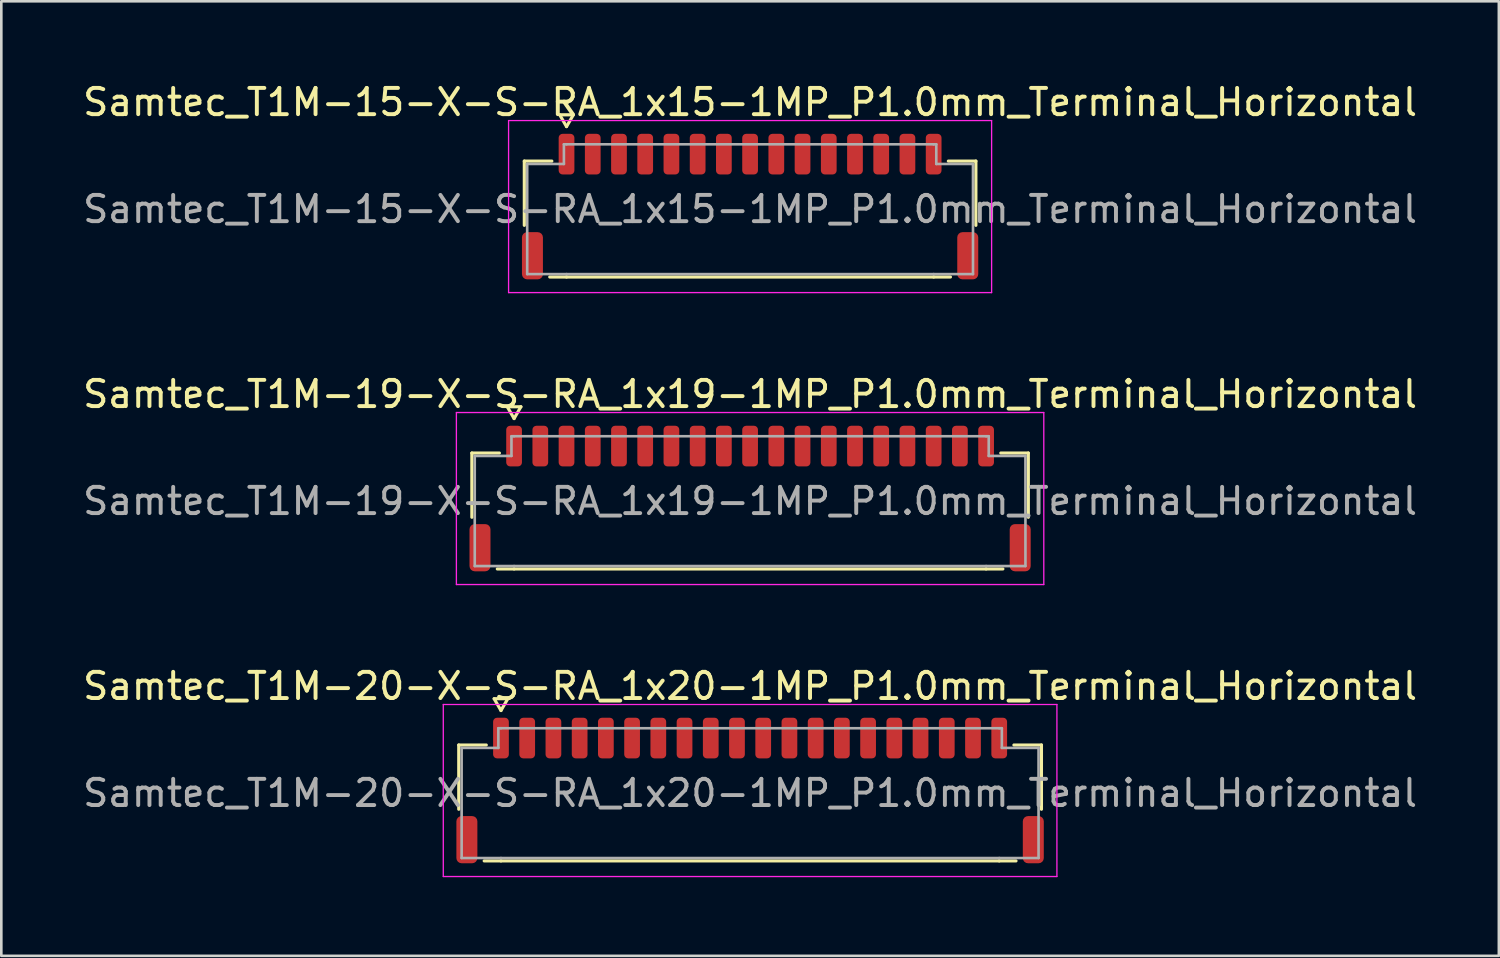
<source format=kicad_pcb>
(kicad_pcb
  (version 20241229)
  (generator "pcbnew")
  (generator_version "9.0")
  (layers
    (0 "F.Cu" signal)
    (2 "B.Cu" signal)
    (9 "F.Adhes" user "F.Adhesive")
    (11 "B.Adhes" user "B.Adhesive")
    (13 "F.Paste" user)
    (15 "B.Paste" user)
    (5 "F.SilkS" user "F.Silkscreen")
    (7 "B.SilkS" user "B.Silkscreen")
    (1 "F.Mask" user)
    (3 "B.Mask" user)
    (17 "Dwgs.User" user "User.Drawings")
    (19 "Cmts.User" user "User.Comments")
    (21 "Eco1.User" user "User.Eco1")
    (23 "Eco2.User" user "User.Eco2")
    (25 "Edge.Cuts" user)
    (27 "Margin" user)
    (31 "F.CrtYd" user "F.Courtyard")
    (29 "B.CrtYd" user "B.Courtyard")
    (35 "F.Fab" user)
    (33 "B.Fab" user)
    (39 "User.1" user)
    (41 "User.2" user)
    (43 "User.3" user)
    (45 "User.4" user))
  (footprint "Samtec_T1M-20-X-S-RA_1x20-1MP_P1.0mm_Terminal_Horizontal"
    (layer "F.Cu")
    (at 25.554 27.195)
    (property "Reference" "Samtec_T1M-20-X-S-RA_1x20-1MP_P1.0mm_Terminal_Horizontal" (at 0 -4.08 0) (layer "F.SilkS") (effects (font (size 1 1) (thickness 0.15))))
    (attr smd)
    (fp_line (start -11.11 -1.835) (end -10.06 -1.835) (stroke (width 0.12) (type solid)) (layer "F.SilkS"))
    (fp_line (start -11.11 0.615) (end -11.11 -1.835) (stroke (width 0.12) (type solid)) (layer "F.SilkS"))
    (fp_line (start -9.76 -3.6) (end -9.5 -3.15) (stroke (width 0.12) (type solid)) (layer "F.SilkS"))
    (fp_line (start -9.5 -3.15) (end -9.24 -3.6) (stroke (width 0.12) (type solid)) (layer "F.SilkS"))
    (fp_line (start -9.5 2.585) (end -10.14 2.585) (stroke (width 0.12) (type solid)) (layer "F.SilkS"))
    (fp_line (start -9.24 -3.6) (end -9.76 -3.6) (stroke (width 0.12) (type solid)) (layer "F.SilkS"))
    (fp_line (start 9.5 2.585) (end -9.5 2.585) (stroke (width 0.12) (type solid)) (layer "F.SilkS"))
    (fp_line (start 10.06 -1.835) (end 11.11 -1.835) (stroke (width 0.12) (type solid)) (layer "F.SilkS"))
    (fp_line (start 10.14 2.585) (end 9.5 2.585) (stroke (width 0.12) (type solid)) (layer "F.SilkS"))
    (fp_line (start 11.11 -1.835) (end 11.11 0.615) (stroke (width 0.12) (type solid)) (layer "F.SilkS"))
    (fp_line (start -11.7 -3.38) (end -11.7 3.18) (stroke (width 0.05) (type solid)) (layer "F.CrtYd"))
    (fp_line (start -11.7 3.18) (end 11.7 3.18) (stroke (width 0.05) (type solid)) (layer "F.CrtYd"))
    (fp_line (start 11.7 -3.38) (end -11.7 -3.38) (stroke (width 0.05) (type solid)) (layer "F.CrtYd"))
    (fp_line (start 11.7 3.18) (end 11.7 -3.38) (stroke (width 0.05) (type solid)) (layer "F.CrtYd"))
    (fp_line (start -11 -1.725) (end -9.6 -1.725) (stroke (width 0.1) (type solid)) (layer "F.Fab"))
    (fp_line (start -11 2.475) (end -11 -1.725) (stroke (width 0.1) (type solid)) (layer "F.Fab"))
    (fp_line (start -9.6 -2.475) (end -9.5 -2.475) (stroke (width 0.1) (type solid)) (layer "F.Fab"))
    (fp_line (start -9.6 -1.725) (end -9.6 -2.475) (stroke (width 0.1) (type solid)) (layer "F.Fab"))
    (fp_line (start -9.5 -2.475) (end 9.5 -2.475) (stroke (width 0.1) (type solid)) (layer "F.Fab"))
    (fp_line (start -9.5 2.475) (end -11 2.475) (stroke (width 0.1) (type solid)) (layer "F.Fab"))
    (fp_line (start 9.5 -2.475) (end 9.6 -2.475) (stroke (width 0.1) (type solid)) (layer "F.Fab"))
    (fp_line (start 9.5 2.475) (end -9.5 2.475) (stroke (width 0.1) (type solid)) (layer "F.Fab"))
    (fp_line (start 9.6 -2.475) (end 9.6 -1.725) (stroke (width 0.1) (type solid)) (layer "F.Fab"))
    (fp_line (start 9.6 -1.725) (end 11 -1.725) (stroke (width 0.1) (type solid)) (layer "F.Fab"))
    (fp_line (start 11 -1.725) (end 11 2.475) (stroke (width 0.1) (type solid)) (layer "F.Fab"))
    (fp_line (start 11 2.475) (end 9.5 2.475) (stroke (width 0.1) (type solid)) (layer "F.Fab"))
    (fp_text user "${REFERENCE}" (at 0 0 0) (layer "F.Fab") (effects (font (size 1 1) (thickness 0.15))))
    (pad "1" smd roundrect (at -9.5 -2.1) (size 0.6 1.55) (layers "F.Cu" "F.Mask" "F.Paste") (roundrect_rratio 0.25))
    (pad "2" smd roundrect (at -8.5 -2.1) (size 0.6 1.55) (layers "F.Cu" "F.Mask" "F.Paste") (roundrect_rratio 0.25))
    (pad "3" smd roundrect (at -7.5 -2.1) (size 0.6 1.55) (layers "F.Cu" "F.Mask" "F.Paste") (roundrect_rratio 0.25))
    (pad "4" smd roundrect (at -6.5 -2.1) (size 0.6 1.55) (layers "F.Cu" "F.Mask" "F.Paste") (roundrect_rratio 0.25))
    (pad "5" smd roundrect (at -5.5 -2.1) (size 0.6 1.55) (layers "F.Cu" "F.Mask" "F.Paste") (roundrect_rratio 0.25))
    (pad "6" smd roundrect (at -4.5 -2.1) (size 0.6 1.55) (layers "F.Cu" "F.Mask" "F.Paste") (roundrect_rratio 0.25))
    (pad "7" smd roundrect (at -3.5 -2.1) (size 0.6 1.55) (layers "F.Cu" "F.Mask" "F.Paste") (roundrect_rratio 0.25))
    (pad "8" smd roundrect (at -2.5 -2.1) (size 0.6 1.55) (layers "F.Cu" "F.Mask" "F.Paste") (roundrect_rratio 0.25))
    (pad "9" smd roundrect (at -1.5 -2.1) (size 0.6 1.55) (layers "F.Cu" "F.Mask" "F.Paste") (roundrect_rratio 0.25))
    (pad "10" smd roundrect (at -0.5 -2.1) (size 0.6 1.55) (layers "F.Cu" "F.Mask" "F.Paste") (roundrect_rratio 0.25))
    (pad "11" smd roundrect (at 0.5 -2.1) (size 0.6 1.55) (layers "F.Cu" "F.Mask" "F.Paste") (roundrect_rratio 0.25))
    (pad "12" smd roundrect (at 1.5 -2.1) (size 0.6 1.55) (layers "F.Cu" "F.Mask" "F.Paste") (roundrect_rratio 0.25))
    (pad "13" smd roundrect (at 2.5 -2.1) (size 0.6 1.55) (layers "F.Cu" "F.Mask" "F.Paste") (roundrect_rratio 0.25))
    (pad "14" smd roundrect (at 3.5 -2.1) (size 0.6 1.55) (layers "F.Cu" "F.Mask" "F.Paste") (roundrect_rratio 0.25))
    (pad "15" smd roundrect (at 4.5 -2.1) (size 0.6 1.55) (layers "F.Cu" "F.Mask" "F.Paste") (roundrect_rratio 0.25))
    (pad "16" smd roundrect (at 5.5 -2.1) (size 0.6 1.55) (layers "F.Cu" "F.Mask" "F.Paste") (roundrect_rratio 0.25))
    (pad "17" smd roundrect (at 6.5 -2.1) (size 0.6 1.55) (layers "F.Cu" "F.Mask" "F.Paste") (roundrect_rratio 0.25))
    (pad "18" smd roundrect (at 7.5 -2.1) (size 0.6 1.55) (layers "F.Cu" "F.Mask" "F.Paste") (roundrect_rratio 0.25))
    (pad "19" smd roundrect (at 8.5 -2.1) (size 0.6 1.55) (layers "F.Cu" "F.Mask" "F.Paste") (roundrect_rratio 0.25))
    (pad "20" smd roundrect (at 9.5 -2.1) (size 0.6 1.55) (layers "F.Cu" "F.Mask" "F.Paste") (roundrect_rratio 0.25))
    (pad "MP" smd roundrect (at -10.8 1.775) (size 0.8 1.8) (layers "F.Cu" "F.Mask" "F.Paste") (roundrect_rratio 0.25))
    (pad "MP" smd roundrect (at 10.8 1.775) (size 0.8 1.8) (layers "F.Cu" "F.Mask" "F.Paste") (roundrect_rratio 0.25)))
  (footprint "Samtec_T1M-19-X-S-RA_1x19-1MP_P1.0mm_Terminal_Horizontal"
    (layer "F.Cu")
    (at 25.554 16.061)
    (property "Reference" "Samtec_T1M-19-X-S-RA_1x19-1MP_P1.0mm_Terminal_Horizontal" (at 0 -4.08 0) (layer "F.SilkS") (effects (font (size 1 1) (thickness 0.15))))
    (attr smd)
    (fp_line (start -10.61 -1.835) (end -9.56 -1.835) (stroke (width 0.12) (type solid)) (layer "F.SilkS"))
    (fp_line (start -10.61 0.615) (end -10.61 -1.835) (stroke (width 0.12) (type solid)) (layer "F.SilkS"))
    (fp_line (start -9.26 -3.6) (end -9 -3.15) (stroke (width 0.12) (type solid)) (layer "F.SilkS"))
    (fp_line (start -9 -3.15) (end -8.74 -3.6) (stroke (width 0.12) (type solid)) (layer "F.SilkS"))
    (fp_line (start -9 2.585) (end -9.64 2.585) (stroke (width 0.12) (type solid)) (layer "F.SilkS"))
    (fp_line (start -8.74 -3.6) (end -9.26 -3.6) (stroke (width 0.12) (type solid)) (layer "F.SilkS"))
    (fp_line (start 9 2.585) (end -9 2.585) (stroke (width 0.12) (type solid)) (layer "F.SilkS"))
    (fp_line (start 9.56 -1.835) (end 10.61 -1.835) (stroke (width 0.12) (type solid)) (layer "F.SilkS"))
    (fp_line (start 9.64 2.585) (end 9 2.585) (stroke (width 0.12) (type solid)) (layer "F.SilkS"))
    (fp_line (start 10.61 -1.835) (end 10.61 0.615) (stroke (width 0.12) (type solid)) (layer "F.SilkS"))
    (fp_line (start -11.2 -3.38) (end -11.2 3.18) (stroke (width 0.05) (type solid)) (layer "F.CrtYd"))
    (fp_line (start -11.2 3.18) (end 11.2 3.18) (stroke (width 0.05) (type solid)) (layer "F.CrtYd"))
    (fp_line (start 11.2 -3.38) (end -11.2 -3.38) (stroke (width 0.05) (type solid)) (layer "F.CrtYd"))
    (fp_line (start 11.2 3.18) (end 11.2 -3.38) (stroke (width 0.05) (type solid)) (layer "F.CrtYd"))
    (fp_line (start -10.5 -1.725) (end -9.1 -1.725) (stroke (width 0.1) (type solid)) (layer "F.Fab"))
    (fp_line (start -10.5 2.475) (end -10.5 -1.725) (stroke (width 0.1) (type solid)) (layer "F.Fab"))
    (fp_line (start -9.1 -2.475) (end -9 -2.475) (stroke (width 0.1) (type solid)) (layer "F.Fab"))
    (fp_line (start -9.1 -1.725) (end -9.1 -2.475) (stroke (width 0.1) (type solid)) (layer "F.Fab"))
    (fp_line (start -9 -2.475) (end 9 -2.475) (stroke (width 0.1) (type solid)) (layer "F.Fab"))
    (fp_line (start -9 2.475) (end -10.5 2.475) (stroke (width 0.1) (type solid)) (layer "F.Fab"))
    (fp_line (start 9 -2.475) (end 9.1 -2.475) (stroke (width 0.1) (type solid)) (layer "F.Fab"))
    (fp_line (start 9 2.475) (end -9 2.475) (stroke (width 0.1) (type solid)) (layer "F.Fab"))
    (fp_line (start 9.1 -2.475) (end 9.1 -1.725) (stroke (width 0.1) (type solid)) (layer "F.Fab"))
    (fp_line (start 9.1 -1.725) (end 10.5 -1.725) (stroke (width 0.1) (type solid)) (layer "F.Fab"))
    (fp_line (start 10.5 -1.725) (end 10.5 2.475) (stroke (width 0.1) (type solid)) (layer "F.Fab"))
    (fp_line (start 10.5 2.475) (end 9 2.475) (stroke (width 0.1) (type solid)) (layer "F.Fab"))
    (fp_text user "${REFERENCE}" (at 0 0 0) (layer "F.Fab") (effects (font (size 1 1) (thickness 0.15))))
    (pad "1" smd roundrect (at -9 -2.1) (size 0.6 1.55) (layers "F.Cu" "F.Mask" "F.Paste") (roundrect_rratio 0.25))
    (pad "2" smd roundrect (at -8 -2.1) (size 0.6 1.55) (layers "F.Cu" "F.Mask" "F.Paste") (roundrect_rratio 0.25))
    (pad "3" smd roundrect (at -7 -2.1) (size 0.6 1.55) (layers "F.Cu" "F.Mask" "F.Paste") (roundrect_rratio 0.25))
    (pad "4" smd roundrect (at -6 -2.1) (size 0.6 1.55) (layers "F.Cu" "F.Mask" "F.Paste") (roundrect_rratio 0.25))
    (pad "5" smd roundrect (at -5 -2.1) (size 0.6 1.55) (layers "F.Cu" "F.Mask" "F.Paste") (roundrect_rratio 0.25))
    (pad "6" smd roundrect (at -4 -2.1) (size 0.6 1.55) (layers "F.Cu" "F.Mask" "F.Paste") (roundrect_rratio 0.25))
    (pad "7" smd roundrect (at -3 -2.1) (size 0.6 1.55) (layers "F.Cu" "F.Mask" "F.Paste") (roundrect_rratio 0.25))
    (pad "8" smd roundrect (at -2 -2.1) (size 0.6 1.55) (layers "F.Cu" "F.Mask" "F.Paste") (roundrect_rratio 0.25))
    (pad "9" smd roundrect (at -1 -2.1) (size 0.6 1.55) (layers "F.Cu" "F.Mask" "F.Paste") (roundrect_rratio 0.25))
    (pad "10" smd roundrect (at 0 -2.1) (size 0.6 1.55) (layers "F.Cu" "F.Mask" "F.Paste") (roundrect_rratio 0.25))
    (pad "11" smd roundrect (at 1 -2.1) (size 0.6 1.55) (layers "F.Cu" "F.Mask" "F.Paste") (roundrect_rratio 0.25))
    (pad "12" smd roundrect (at 2 -2.1) (size 0.6 1.55) (layers "F.Cu" "F.Mask" "F.Paste") (roundrect_rratio 0.25))
    (pad "13" smd roundrect (at 3 -2.1) (size 0.6 1.55) (layers "F.Cu" "F.Mask" "F.Paste") (roundrect_rratio 0.25))
    (pad "14" smd roundrect (at 4 -2.1) (size 0.6 1.55) (layers "F.Cu" "F.Mask" "F.Paste") (roundrect_rratio 0.25))
    (pad "15" smd roundrect (at 5 -2.1) (size 0.6 1.55) (layers "F.Cu" "F.Mask" "F.Paste") (roundrect_rratio 0.25))
    (pad "16" smd roundrect (at 6 -2.1) (size 0.6 1.55) (layers "F.Cu" "F.Mask" "F.Paste") (roundrect_rratio 0.25))
    (pad "17" smd roundrect (at 7 -2.1) (size 0.6 1.55) (layers "F.Cu" "F.Mask" "F.Paste") (roundrect_rratio 0.25))
    (pad "18" smd roundrect (at 8 -2.1) (size 0.6 1.55) (layers "F.Cu" "F.Mask" "F.Paste") (roundrect_rratio 0.25))
    (pad "19" smd roundrect (at 9 -2.1) (size 0.6 1.55) (layers "F.Cu" "F.Mask" "F.Paste") (roundrect_rratio 0.25))
    (pad "MP" smd roundrect (at -10.3 1.775) (size 0.8 1.8) (layers "F.Cu" "F.Mask" "F.Paste") (roundrect_rratio 0.25))
    (pad "MP" smd roundrect (at 10.3 1.775) (size 0.8 1.8) (layers "F.Cu" "F.Mask" "F.Paste") (roundrect_rratio 0.25)))
  (footprint "Samtec_T1M-15-X-S-RA_1x15-1MP_P1.0mm_Terminal_Horizontal"
    (layer "F.Cu")
    (at 25.554 4.928)
    (property "Reference" "Samtec_T1M-15-X-S-RA_1x15-1MP_P1.0mm_Terminal_Horizontal" (at 0 -4.08 0) (layer "F.SilkS") (effects (font (size 1 1) (thickness 0.15))))
    (attr smd)
    (fp_line (start -8.61 -1.835) (end -7.56 -1.835) (stroke (width 0.12) (type solid)) (layer "F.SilkS"))
    (fp_line (start -8.61 0.615) (end -8.61 -1.835) (stroke (width 0.12) (type solid)) (layer "F.SilkS"))
    (fp_line (start -7.26 -3.6) (end -7 -3.15) (stroke (width 0.12) (type solid)) (layer "F.SilkS"))
    (fp_line (start -7 -3.15) (end -6.74 -3.6) (stroke (width 0.12) (type solid)) (layer "F.SilkS"))
    (fp_line (start -7 2.585) (end -7.64 2.585) (stroke (width 0.12) (type solid)) (layer "F.SilkS"))
    (fp_line (start -6.74 -3.6) (end -7.26 -3.6) (stroke (width 0.12) (type solid)) (layer "F.SilkS"))
    (fp_line (start 7 2.585) (end -7 2.585) (stroke (width 0.12) (type solid)) (layer "F.SilkS"))
    (fp_line (start 7.56 -1.835) (end 8.61 -1.835) (stroke (width 0.12) (type solid)) (layer "F.SilkS"))
    (fp_line (start 7.64 2.585) (end 7 2.585) (stroke (width 0.12) (type solid)) (layer "F.SilkS"))
    (fp_line (start 8.61 -1.835) (end 8.61 0.615) (stroke (width 0.12) (type solid)) (layer "F.SilkS"))
    (fp_line (start -9.21 -3.38) (end -9.21 3.18) (stroke (width 0.05) (type solid)) (layer "F.CrtYd"))
    (fp_line (start -9.21 3.18) (end 9.21 3.18) (stroke (width 0.05) (type solid)) (layer "F.CrtYd"))
    (fp_line (start 9.21 -3.38) (end -9.21 -3.38) (stroke (width 0.05) (type solid)) (layer "F.CrtYd"))
    (fp_line (start 9.21 3.18) (end 9.21 -3.38) (stroke (width 0.05) (type solid)) (layer "F.CrtYd"))
    (fp_line (start -8.5 -1.725) (end -7.1 -1.725) (stroke (width 0.1) (type solid)) (layer "F.Fab"))
    (fp_line (start -8.5 2.475) (end -8.5 -1.725) (stroke (width 0.1) (type solid)) (layer "F.Fab"))
    (fp_line (start -7.1 -2.475) (end -7 -2.475) (stroke (width 0.1) (type solid)) (layer "F.Fab"))
    (fp_line (start -7.1 -1.725) (end -7.1 -2.475) (stroke (width 0.1) (type solid)) (layer "F.Fab"))
    (fp_line (start -7 -2.475) (end 7 -2.475) (stroke (width 0.1) (type solid)) (layer "F.Fab"))
    (fp_line (start -7 2.475) (end -8.5 2.475) (stroke (width 0.1) (type solid)) (layer "F.Fab"))
    (fp_line (start 7 -2.475) (end 7.1 -2.475) (stroke (width 0.1) (type solid)) (layer "F.Fab"))
    (fp_line (start 7 2.475) (end -7 2.475) (stroke (width 0.1) (type solid)) (layer "F.Fab"))
    (fp_line (start 7.1 -2.475) (end 7.1 -1.725) (stroke (width 0.1) (type solid)) (layer "F.Fab"))
    (fp_line (start 7.1 -1.725) (end 8.5 -1.725) (stroke (width 0.1) (type solid)) (layer "F.Fab"))
    (fp_line (start 8.5 -1.725) (end 8.5 2.475) (stroke (width 0.1) (type solid)) (layer "F.Fab"))
    (fp_line (start 8.5 2.475) (end 7 2.475) (stroke (width 0.1) (type solid)) (layer "F.Fab"))
    (fp_text user "${REFERENCE}" (at 0 0 0) (layer "F.Fab") (effects (font (size 1 1) (thickness 0.15))))
    (pad "1" smd roundrect (at -7 -2.1) (size 0.6 1.55) (layers "F.Cu" "F.Mask" "F.Paste") (roundrect_rratio 0.25))
    (pad "2" smd roundrect (at -6 -2.1) (size 0.6 1.55) (layers "F.Cu" "F.Mask" "F.Paste") (roundrect_rratio 0.25))
    (pad "3" smd roundrect (at -5 -2.1) (size 0.6 1.55) (layers "F.Cu" "F.Mask" "F.Paste") (roundrect_rratio 0.25))
    (pad "4" smd roundrect (at -4 -2.1) (size 0.6 1.55) (layers "F.Cu" "F.Mask" "F.Paste") (roundrect_rratio 0.25))
    (pad "5" smd roundrect (at -3 -2.1) (size 0.6 1.55) (layers "F.Cu" "F.Mask" "F.Paste") (roundrect_rratio 0.25))
    (pad "6" smd roundrect (at -2 -2.1) (size 0.6 1.55) (layers "F.Cu" "F.Mask" "F.Paste") (roundrect_rratio 0.25))
    (pad "7" smd roundrect (at -1 -2.1) (size 0.6 1.55) (layers "F.Cu" "F.Mask" "F.Paste") (roundrect_rratio 0.25))
    (pad "8" smd roundrect (at 0 -2.1) (size 0.6 1.55) (layers "F.Cu" "F.Mask" "F.Paste") (roundrect_rratio 0.25))
    (pad "9" smd roundrect (at 1 -2.1) (size 0.6 1.55) (layers "F.Cu" "F.Mask" "F.Paste") (roundrect_rratio 0.25))
    (pad "10" smd roundrect (at 2 -2.1) (size 0.6 1.55) (layers "F.Cu" "F.Mask" "F.Paste") (roundrect_rratio 0.25))
    (pad "11" smd roundrect (at 3 -2.1) (size 0.6 1.55) (layers "F.Cu" "F.Mask" "F.Paste") (roundrect_rratio 0.25))
    (pad "12" smd roundrect (at 4 -2.1) (size 0.6 1.55) (layers "F.Cu" "F.Mask" "F.Paste") (roundrect_rratio 0.25))
    (pad "13" smd roundrect (at 5 -2.1) (size 0.6 1.55) (layers "F.Cu" "F.Mask" "F.Paste") (roundrect_rratio 0.25))
    (pad "14" smd roundrect (at 6 -2.1) (size 0.6 1.55) (layers "F.Cu" "F.Mask" "F.Paste") (roundrect_rratio 0.25))
    (pad "15" smd roundrect (at 7 -2.1) (size 0.6 1.55) (layers "F.Cu" "F.Mask" "F.Paste") (roundrect_rratio 0.25))
    (pad "MP" smd roundrect (at -8.3 1.775) (size 0.8 1.8) (layers "F.Cu" "F.Mask" "F.Paste") (roundrect_rratio 0.25))
    (pad "MP" smd roundrect (at 8.3 1.775) (size 0.8 1.8) (layers "F.Cu" "F.Mask" "F.Paste") (roundrect_rratio 0.25)))
  (gr_rect
    (start -3 -3)
    (end 54.107 33.4)
    (stroke (width 0.1) (type default))
    (fill no)
    (layer "Edge.Cuts")))
</source>
